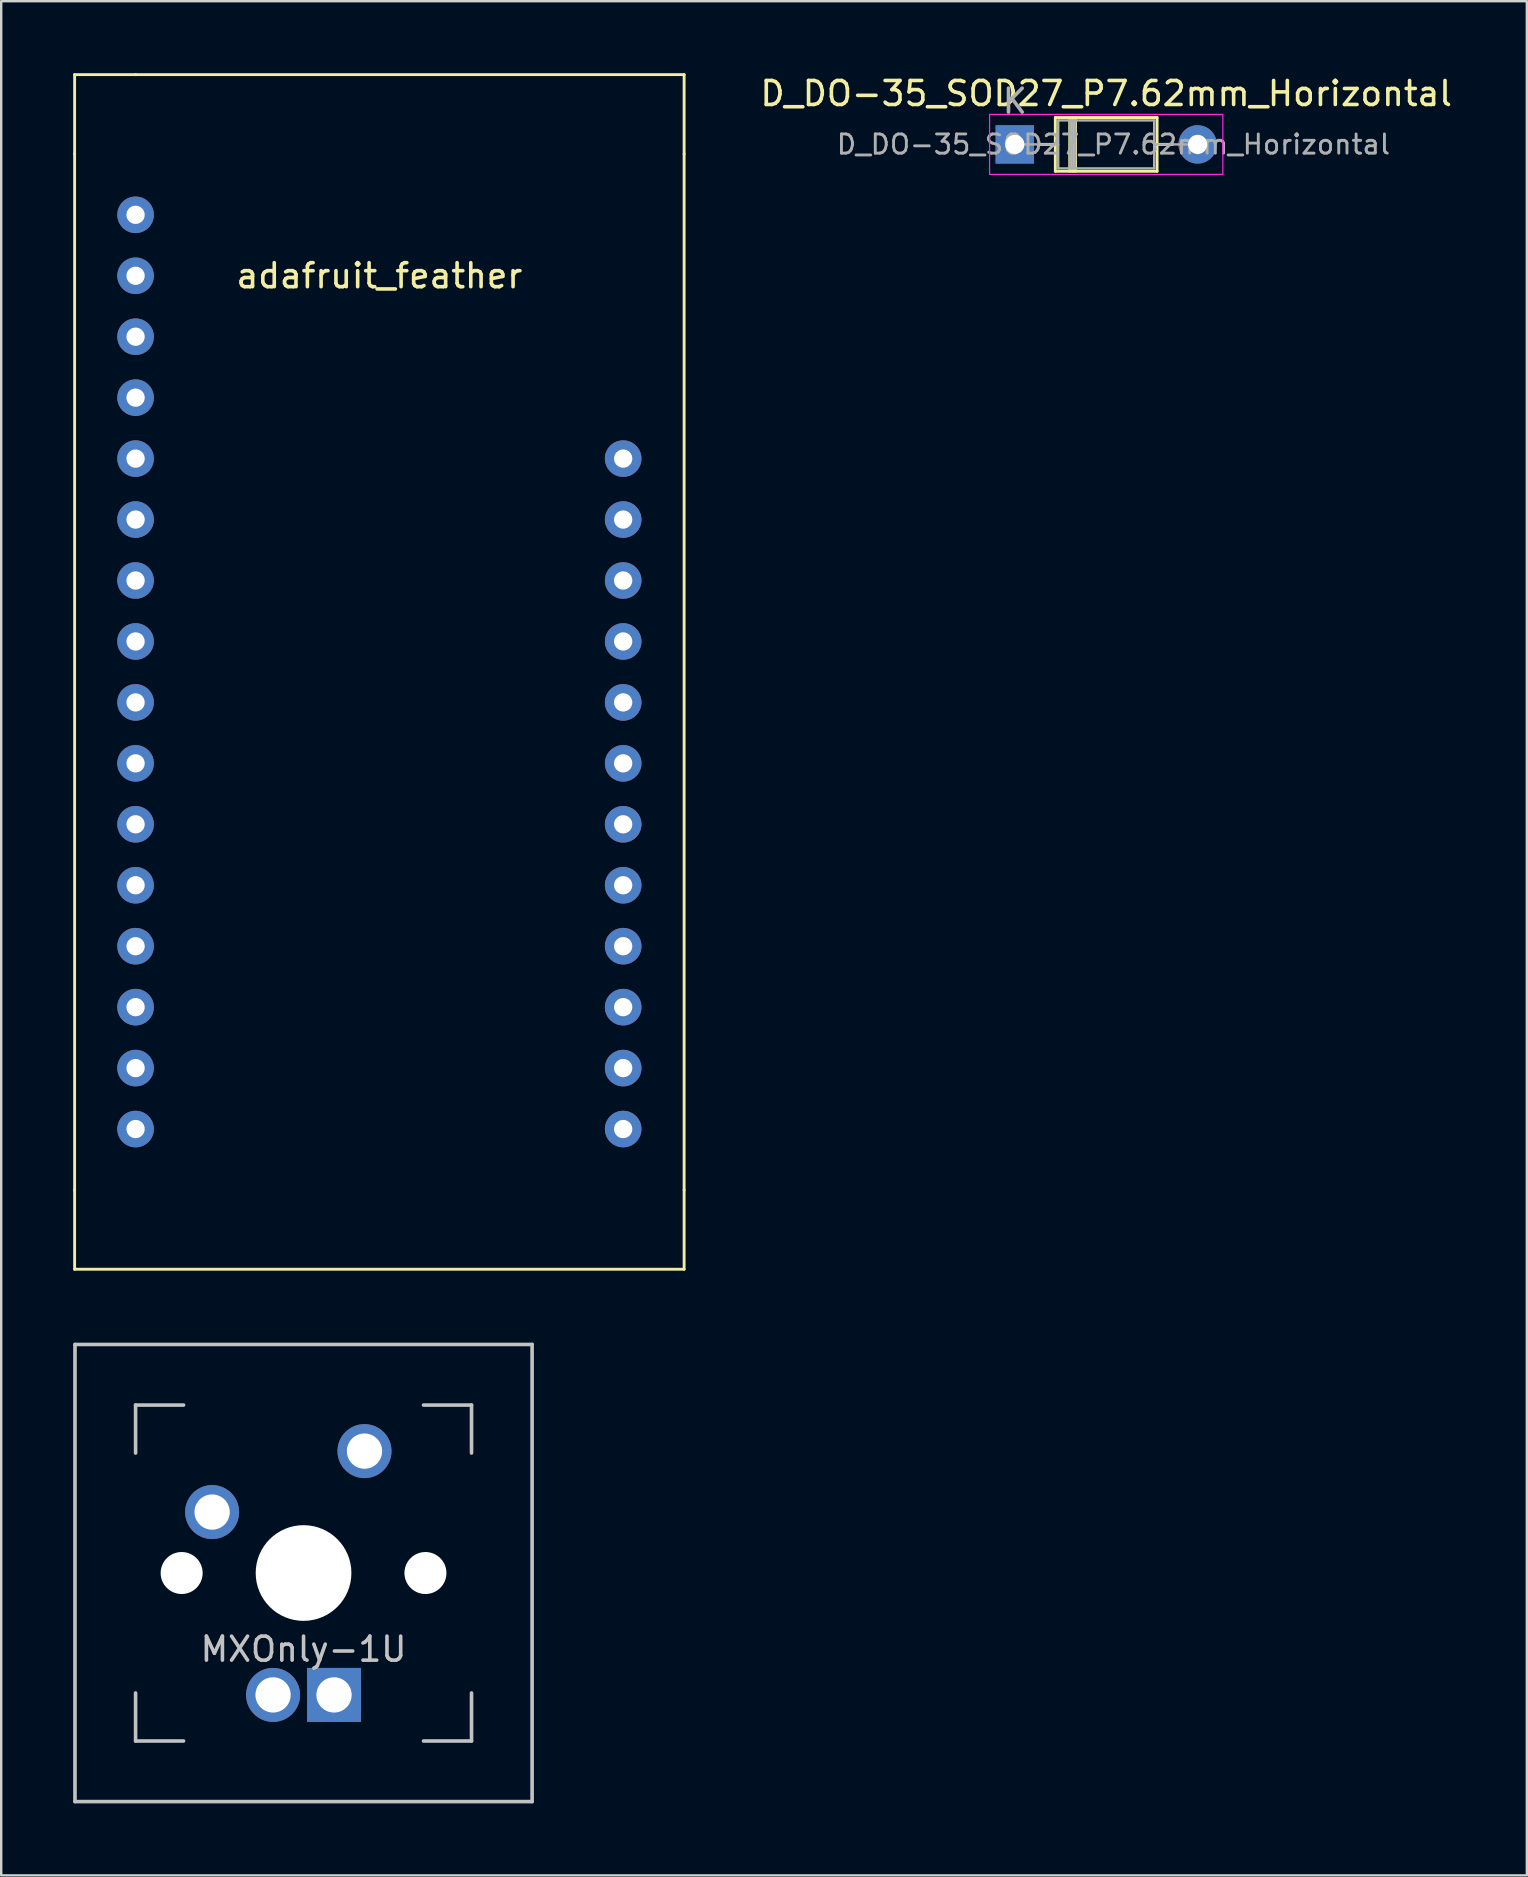
<source format=kicad_pcb>
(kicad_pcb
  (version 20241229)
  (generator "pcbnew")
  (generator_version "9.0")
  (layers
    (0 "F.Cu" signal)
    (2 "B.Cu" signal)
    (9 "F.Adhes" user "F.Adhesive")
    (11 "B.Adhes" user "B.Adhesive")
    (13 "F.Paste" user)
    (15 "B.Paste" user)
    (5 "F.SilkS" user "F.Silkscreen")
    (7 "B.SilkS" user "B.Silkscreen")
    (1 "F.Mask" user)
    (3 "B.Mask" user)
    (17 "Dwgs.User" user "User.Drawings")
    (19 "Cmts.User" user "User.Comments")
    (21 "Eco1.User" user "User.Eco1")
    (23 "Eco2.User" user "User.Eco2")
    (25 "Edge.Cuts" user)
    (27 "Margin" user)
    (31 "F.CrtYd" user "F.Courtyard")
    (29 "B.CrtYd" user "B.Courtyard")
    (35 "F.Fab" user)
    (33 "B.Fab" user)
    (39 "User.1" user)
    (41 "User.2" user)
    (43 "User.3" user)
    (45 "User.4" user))
  (footprint "adafruit_feather"
    (layer "F.Cu")
    (at 5.14 3.362)
    (property "Reference" "adafruit_feather" (at 7.62 5.08 0) (layer "F.SilkS") (effects (font (size 1 1) (thickness 0.15))))
    (attr through_hole)
    (fp_line (start -5.08 -3.302) (end -2.54 -3.302) (stroke (width 0.12) (type solid)) (layer "F.SilkS"))
    (fp_line (start -5.08 0) (end -5.08 -3.302) (stroke (width 0.12) (type solid)) (layer "F.SilkS"))
    (fp_line (start -5.08 43.18) (end -5.08 0) (stroke (width 0.12) (type solid)) (layer "F.SilkS"))
    (fp_line (start -5.08 46.482) (end -5.08 43.18) (stroke (width 0.12) (type solid)) (layer "F.SilkS"))
    (fp_line (start -2.54 -3.302) (end 20.32 -3.302) (stroke (width 0.12) (type solid)) (layer "F.SilkS"))
    (fp_line (start 20.32 -3.302) (end 20.32 0) (stroke (width 0.12) (type solid)) (layer "F.SilkS"))
    (fp_line (start 20.32 43.18) (end 20.32 0) (stroke (width 0.12) (type solid)) (layer "F.SilkS"))
    (fp_line (start 20.32 43.18) (end 20.32 46.482) (stroke (width 0.12) (type solid)) (layer "F.SilkS"))
    (fp_line (start 20.32 46.482) (end -5.08 46.482) (stroke (width 0.12) (type solid)) (layer "F.SilkS"))
    (pad "1" thru_hole circle (at -2.54 2.54) (size 1.524 1.524) (drill 0.762) (layers "*.Cu" "*.Mask"))
    (pad "2" thru_hole circle (at -2.54 5.08) (size 1.524 1.524) (drill 0.762) (layers "*.Cu" "*.Mask"))
    (pad "3" thru_hole circle (at -2.54 7.62) (size 1.524 1.524) (drill 0.762) (layers "*.Cu" "*.Mask"))
    (pad "4" thru_hole circle (at -2.54 10.16) (size 1.524 1.524) (drill 0.762) (layers "*.Cu" "*.Mask"))
    (pad "5" thru_hole circle (at -2.54 12.7) (size 1.524 1.524) (drill 0.762) (layers "*.Cu" "*.Mask"))
    (pad "6" thru_hole circle (at -2.54 15.24) (size 1.524 1.524) (drill 0.762) (layers "*.Cu" "*.Mask"))
    (pad "7" thru_hole circle (at -2.54 17.78) (size 1.524 1.524) (drill 0.762) (layers "*.Cu" "*.Mask"))
    (pad "8" thru_hole circle (at -2.54 20.32) (size 1.524 1.524) (drill 0.762) (layers "*.Cu" "*.Mask"))
    (pad "9" thru_hole circle (at -2.54 22.86) (size 1.524 1.524) (drill 0.762) (layers "*.Cu" "*.Mask"))
    (pad "10" thru_hole circle (at -2.54 25.4) (size 1.524 1.524) (drill 0.762) (layers "*.Cu" "*.Mask"))
    (pad "11" thru_hole circle (at -2.54 27.94) (size 1.524 1.524) (drill 0.762) (layers "*.Cu" "*.Mask"))
    (pad "12" thru_hole circle (at -2.54 30.48) (size 1.524 1.524) (drill 0.762) (layers "*.Cu" "*.Mask"))
    (pad "13" thru_hole circle (at -2.54 33.02) (size 1.524 1.524) (drill 0.762) (layers "*.Cu" "*.Mask"))
    (pad "14" thru_hole circle (at -2.54 35.56) (size 1.524 1.524) (drill 0.762) (layers "*.Cu" "*.Mask"))
    (pad "15" thru_hole circle (at -2.54 38.1) (size 1.524 1.524) (drill 0.762) (layers "*.Cu" "*.Mask"))
    (pad "16" thru_hole circle (at -2.54 40.64) (size 1.524 1.524) (drill 0.762) (layers "*.Cu" "*.Mask"))
    (pad "17" thru_hole circle (at 17.78 40.64) (size 1.524 1.524) (drill 0.762) (layers "*.Cu" "*.Mask"))
    (pad "18" thru_hole circle (at 17.78 38.1) (size 1.524 1.524) (drill 0.762) (layers "*.Cu" "*.Mask"))
    (pad "19" thru_hole circle (at 17.78 35.56) (size 1.524 1.524) (drill 0.762) (layers "*.Cu" "*.Mask"))
    (pad "20" thru_hole circle (at 17.78 33.02) (size 1.524 1.524) (drill 0.762) (layers "*.Cu" "*.Mask"))
    (pad "21" thru_hole circle (at 17.78 30.48) (size 1.524 1.524) (drill 0.762) (layers "*.Cu" "*.Mask"))
    (pad "22" thru_hole circle (at 17.78 27.94) (size 1.524 1.524) (drill 0.762) (layers "*.Cu" "*.Mask"))
    (pad "23" thru_hole circle (at 17.78 25.4) (size 1.524 1.524) (drill 0.762) (layers "*.Cu" "*.Mask"))
    (pad "24" thru_hole circle (at 17.78 22.86) (size 1.524 1.524) (drill 0.762) (layers "*.Cu" "*.Mask"))
    (pad "25" thru_hole circle (at 17.78 20.32) (size 1.524 1.524) (drill 0.762) (layers "*.Cu" "*.Mask"))
    (pad "26" thru_hole circle (at 17.78 17.78) (size 1.524 1.524) (drill 0.762) (layers "*.Cu" "*.Mask"))
    (pad "27" thru_hole circle (at 17.78 15.24) (size 1.524 1.524) (drill 0.762) (layers "*.Cu" "*.Mask"))
    (pad "28" thru_hole circle (at 17.78 12.7) (size 1.524 1.524) (drill 0.762) (layers "*.Cu" "*.Mask")))
  (footprint "MXOnly-1U"
    (layer "F.Cu")
    (at 9.6 62.504)
    (property "Reference" "MXOnly-1U" (at 0 3.175 180) (layer "Dwgs.User") (effects (font (size 1 1) (thickness 0.15))))
    (attr through_hole)
    (fp_line (start -9.525 -9.525) (end 9.525 -9.525) (stroke (width 0.15) (type solid)) (layer "Dwgs.User"))
    (fp_line (start -9.525 9.525) (end -9.525 -9.525) (stroke (width 0.15) (type solid)) (layer "Dwgs.User"))
    (fp_line (start -7 -7) (end -7 -5) (stroke (width 0.15) (type solid)) (layer "Dwgs.User"))
    (fp_line (start -7 5) (end -7 7) (stroke (width 0.15) (type solid)) (layer "Dwgs.User"))
    (fp_line (start -7 7) (end -5 7) (stroke (width 0.15) (type solid)) (layer "Dwgs.User"))
    (fp_line (start -5 -7) (end -7 -7) (stroke (width 0.15) (type solid)) (layer "Dwgs.User"))
    (fp_line (start 5 -7) (end 7 -7) (stroke (width 0.15) (type solid)) (layer "Dwgs.User"))
    (fp_line (start 5 7) (end 7 7) (stroke (width 0.15) (type solid)) (layer "Dwgs.User"))
    (fp_line (start 7 -7) (end 7 -5) (stroke (width 0.15) (type solid)) (layer "Dwgs.User"))
    (fp_line (start 7 7) (end 7 5) (stroke (width 0.15) (type solid)) (layer "Dwgs.User"))
    (fp_line (start 9.525 -9.525) (end 9.525 9.525) (stroke (width 0.15) (type solid)) (layer "Dwgs.User"))
    (fp_line (start 9.525 9.525) (end -9.525 9.525) (stroke (width 0.15) (type solid)) (layer "Dwgs.User"))
    (pad "" np_thru_hole circle (at -5.08 0 48.1) (size 1.75 1.75) (drill 1.75) (layers "*.Cu" "*.Mask"))
    (pad "" np_thru_hole circle (at 0 0) (size 3.988 3.988) (drill 3.988) (layers "*.Cu" "*.Mask"))
    (pad "" np_thru_hole circle (at 5.08 0 48.1) (size 1.75 1.75) (drill 1.75) (layers "*.Cu" "*.Mask"))
    (pad "1" thru_hole circle (at -3.81 -2.54) (size 2.25 2.25) (drill 1.47) (layers "*.Cu" "B.Mask"))
    (pad "2" thru_hole circle (at 2.54 -5.08) (size 2.25 2.25) (drill 1.47) (layers "*.Cu" "B.Mask"))
    (pad "3" thru_hole circle (at -1.27 5.08) (size 2.25 2.25) (drill 1.47) (layers "*.Cu" "B.Mask"))
    (pad "4" thru_hole rect (at 1.27 5.08) (size 2.25 2.25) (drill 1.47) (layers "*.Cu" "B.Mask")))
  (footprint "D_DO-35_SOD27_P7.62mm_Horizontal"
    (layer "F.Cu")
    (at 39.24 2.968)
    (property "Reference" "D_DO-35_SOD27_P7.62mm_Horizontal" (at 3.81 -2.12 0) (layer "F.SilkS") (effects (font (size 1 1) (thickness 0.15))))
    (attr through_hole)
    (fp_line (start 1.04 0) (end 1.69 0) (stroke (width 0.12) (type solid)) (layer "F.SilkS"))
    (fp_line (start 1.69 -1.12) (end 1.69 1.12) (stroke (width 0.12) (type solid)) (layer "F.SilkS"))
    (fp_line (start 1.69 1.12) (end 5.93 1.12) (stroke (width 0.12) (type solid)) (layer "F.SilkS"))
    (fp_line (start 2.29 -1.12) (end 2.29 1.12) (stroke (width 0.12) (type solid)) (layer "F.SilkS"))
    (fp_line (start 2.41 -1.12) (end 2.41 1.12) (stroke (width 0.12) (type solid)) (layer "F.SilkS"))
    (fp_line (start 2.53 -1.12) (end 2.53 1.12) (stroke (width 0.12) (type solid)) (layer "F.SilkS"))
    (fp_line (start 5.93 -1.12) (end 1.69 -1.12) (stroke (width 0.12) (type solid)) (layer "F.SilkS"))
    (fp_line (start 5.93 1.12) (end 5.93 -1.12) (stroke (width 0.12) (type solid)) (layer "F.SilkS"))
    (fp_line (start 6.58 0) (end 5.93 0) (stroke (width 0.12) (type solid)) (layer "F.SilkS"))
    (fp_line (start -1.05 -1.25) (end -1.05 1.25) (stroke (width 0.05) (type solid)) (layer "F.CrtYd"))
    (fp_line (start -1.05 1.25) (end 8.67 1.25) (stroke (width 0.05) (type solid)) (layer "F.CrtYd"))
    (fp_line (start 8.67 -1.25) (end -1.05 -1.25) (stroke (width 0.05) (type solid)) (layer "F.CrtYd"))
    (fp_line (start 8.67 1.25) (end 8.67 -1.25) (stroke (width 0.05) (type solid)) (layer "F.CrtYd"))
    (fp_line (start 0 0) (end 1.81 0) (stroke (width 0.1) (type solid)) (layer "F.Fab"))
    (fp_line (start 1.81 -1) (end 1.81 1) (stroke (width 0.1) (type solid)) (layer "F.Fab"))
    (fp_line (start 1.81 1) (end 5.81 1) (stroke (width 0.1) (type solid)) (layer "F.Fab"))
    (fp_line (start 2.31 -1) (end 2.31 1) (stroke (width 0.1) (type solid)) (layer "F.Fab"))
    (fp_line (start 2.41 -1) (end 2.41 1) (stroke (width 0.1) (type solid)) (layer "F.Fab"))
    (fp_line (start 2.51 -1) (end 2.51 1) (stroke (width 0.1) (type solid)) (layer "F.Fab"))
    (fp_line (start 5.81 -1) (end 1.81 -1) (stroke (width 0.1) (type solid)) (layer "F.Fab"))
    (fp_line (start 5.81 1) (end 5.81 -1) (stroke (width 0.1) (type solid)) (layer "F.Fab"))
    (fp_line (start 7.62 0) (end 5.81 0) (stroke (width 0.1) (type solid)) (layer "F.Fab"))
    (fp_text user "K" (at 0 -1.8 0) (layer "F.Fab") (effects (font (size 1 1) (thickness 0.15))))
    (fp_text user "${REFERENCE}" (at 4.11 0 0) (layer "F.Fab") (effects (font (size 0.8 0.8) (thickness 0.12))))
    (pad "1" thru_hole rect (at 0 0) (size 1.6 1.6) (drill 0.8) (layers "*.Cu" "*.Mask"))
    (pad "2" thru_hole oval (at 7.62 0) (size 1.6 1.6) (drill 0.8) (layers "*.Cu" "*.Mask")))
  (gr_rect
    (start -3 -3)
    (end 60.58 75.104)
    (stroke (width 0.1) (type default))
    (fill no)
    (layer "Edge.Cuts")))
</source>
